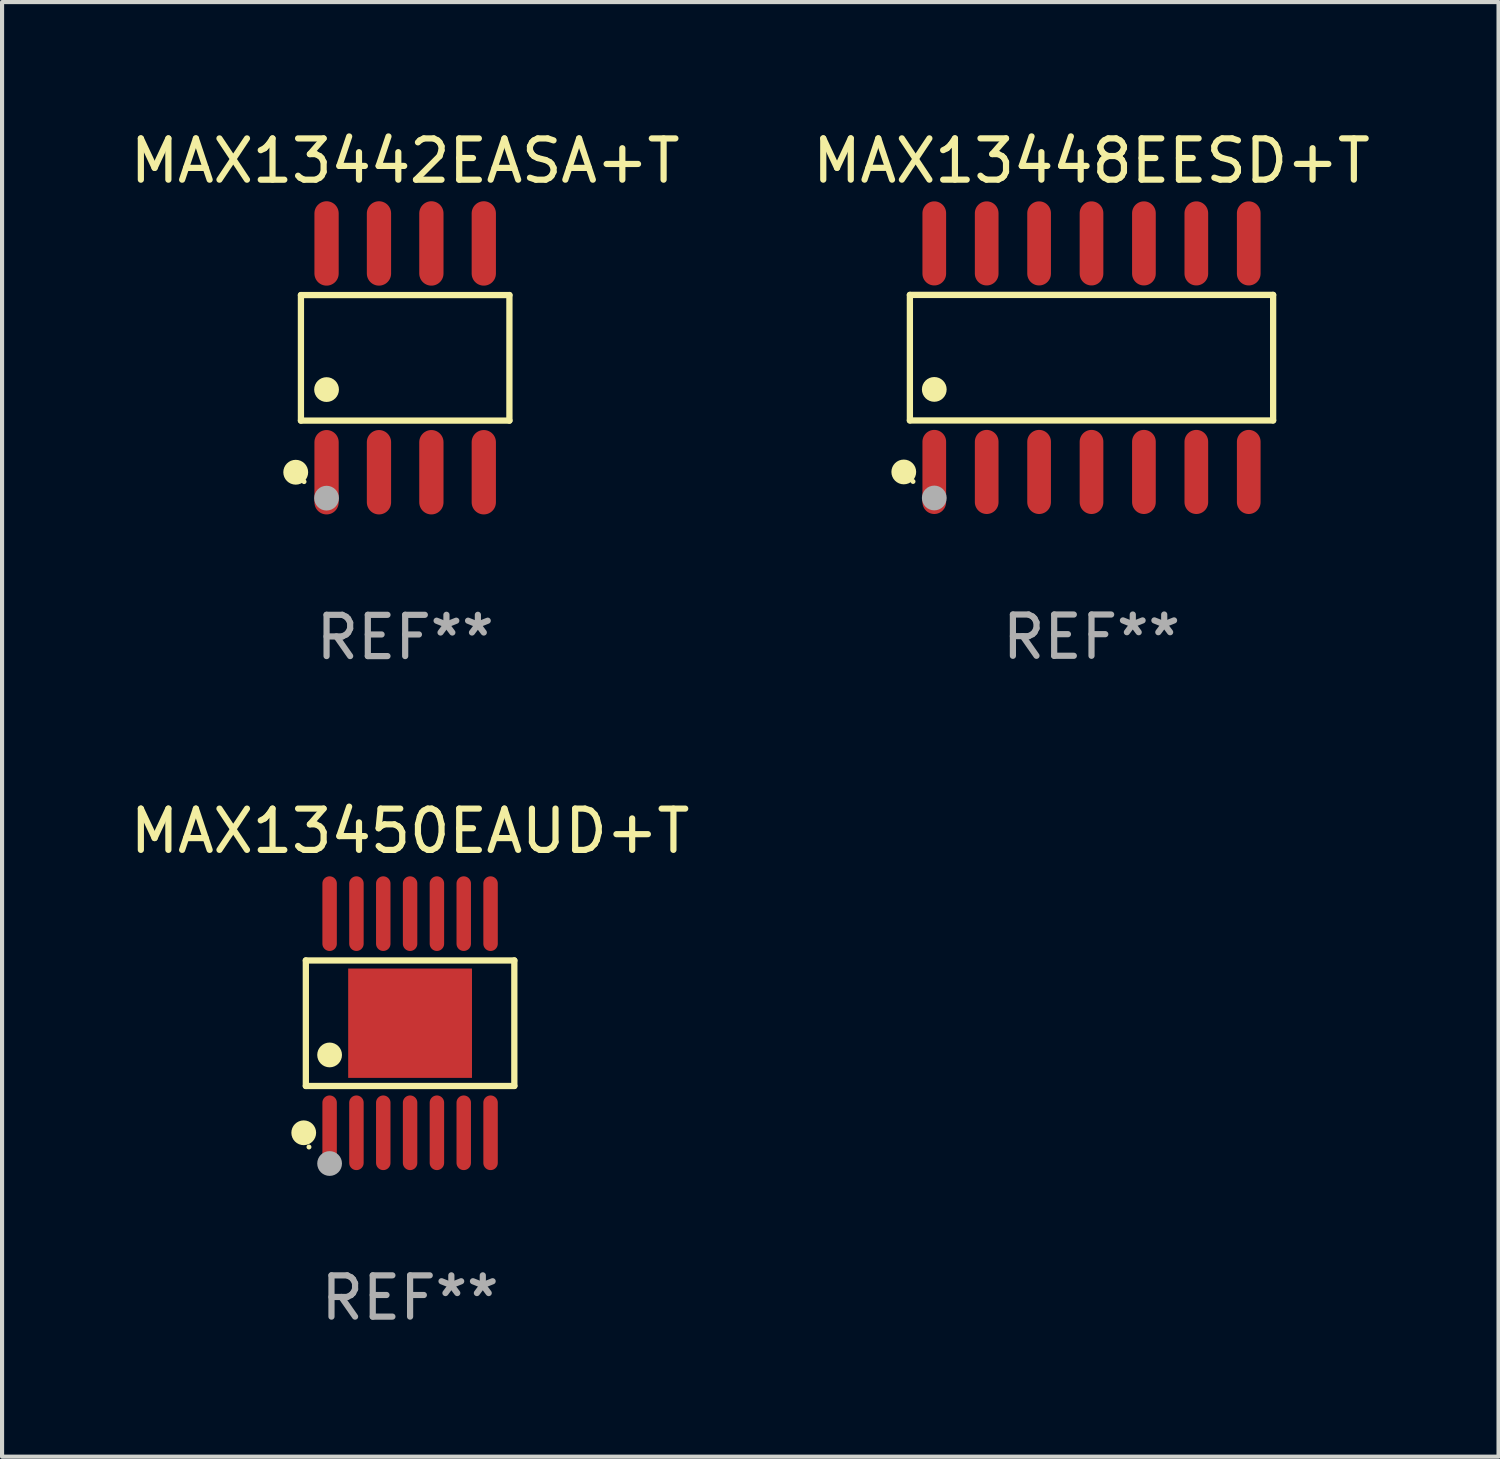
<source format=kicad_pcb>
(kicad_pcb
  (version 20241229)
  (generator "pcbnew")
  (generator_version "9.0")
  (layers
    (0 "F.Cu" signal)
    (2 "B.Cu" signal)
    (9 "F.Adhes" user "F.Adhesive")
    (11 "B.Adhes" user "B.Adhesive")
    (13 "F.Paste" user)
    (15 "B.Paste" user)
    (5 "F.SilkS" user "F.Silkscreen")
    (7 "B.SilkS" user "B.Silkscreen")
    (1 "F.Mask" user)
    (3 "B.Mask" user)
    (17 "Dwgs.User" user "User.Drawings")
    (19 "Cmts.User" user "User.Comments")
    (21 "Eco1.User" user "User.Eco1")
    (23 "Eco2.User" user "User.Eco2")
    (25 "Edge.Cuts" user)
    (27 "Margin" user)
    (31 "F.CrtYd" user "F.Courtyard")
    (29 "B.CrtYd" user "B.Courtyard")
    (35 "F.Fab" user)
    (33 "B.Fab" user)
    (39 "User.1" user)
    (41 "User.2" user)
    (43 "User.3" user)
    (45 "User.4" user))
  (footprint "MAX13450EAUD+T"
    (layer "F.Cu")
    (at 6.887 21.744)
    (property "Reference" "MAX13450EAUD+T" (at 0 -4.655 0) (layer "F.SilkS") (effects (font (size 1 1) (thickness 0.15))))
    (attr through_hole)
    (fp_line (start -2.526 -1.521) (end 2.526 -1.521) (stroke (width 0.152) (type solid)) (layer "F.SilkS"))
    (fp_line (start -2.526 1.521) (end -2.526 -1.521) (stroke (width 0.152) (type solid)) (layer "F.SilkS"))
    (fp_line (start 2.526 -1.521) (end 2.526 1.521) (stroke (width 0.152) (type solid)) (layer "F.SilkS"))
    (fp_line (start 2.526 1.521) (end -2.526 1.521) (stroke (width 0.152) (type solid)) (layer "F.SilkS"))
    (fp_circle (center -2.577 2.655) (end -2.427 2.655) (stroke (width 0.3) (type solid)) (fill no) (layer "F.SilkS"))
    (fp_circle (center -2.45 3) (end -2.42 3) (stroke (width 0.06) (type solid)) (fill no) (layer "F.SilkS"))
    (fp_circle (center -1.95 0.769) (end -1.8 0.769) (stroke (width 0.3) (type solid)) (fill no) (layer "F.SilkS"))
    (fp_circle (center -1.95 3.4) (end -1.8 3.4) (stroke (width 0.3) (type solid)) (fill no) (layer "F.Fab"))
    (fp_text user "REF**" (at 0 6.655 0) (layer "F.Fab") (effects (font (size 1 1) (thickness 0.15))))
    (pad "1" smd oval (at -1.95 2.655) (size 0.35 1.809) (layers "F.Cu" "F.Mask" "F.Paste"))
    (pad "2" smd oval (at -1.3 2.655) (size 0.35 1.809) (layers "F.Cu" "F.Mask" "F.Paste"))
    (pad "3" smd oval (at -0.65 2.655) (size 0.35 1.809) (layers "F.Cu" "F.Mask" "F.Paste"))
    (pad "4" smd oval (at 0 2.655) (size 0.35 1.809) (layers "F.Cu" "F.Mask" "F.Paste"))
    (pad "5" smd oval (at 0.65 2.655) (size 0.35 1.809) (layers "F.Cu" "F.Mask" "F.Paste"))
    (pad "6" smd oval (at 1.3 2.655) (size 0.35 1.809) (layers "F.Cu" "F.Mask" "F.Paste"))
    (pad "7" smd oval (at 1.95 2.655) (size 0.35 1.809) (layers "F.Cu" "F.Mask" "F.Paste"))
    (pad "8" smd oval (at 1.95 -2.655) (size 0.35 1.809) (layers "F.Cu" "F.Mask" "F.Paste"))
    (pad "9" smd oval (at 1.3 -2.655) (size 0.35 1.809) (layers "F.Cu" "F.Mask" "F.Paste"))
    (pad "10" smd oval (at 0.65 -2.655) (size 0.35 1.809) (layers "F.Cu" "F.Mask" "F.Paste"))
    (pad "11" smd oval (at 0 -2.655) (size 0.35 1.809) (layers "F.Cu" "F.Mask" "F.Paste"))
    (pad "12" smd oval (at -0.65 -2.655) (size 0.35 1.809) (layers "F.Cu" "F.Mask" "F.Paste"))
    (pad "13" smd oval (at -1.3 -2.655) (size 0.35 1.809) (layers "F.Cu" "F.Mask" "F.Paste"))
    (pad "14" smd oval (at -1.95 -2.655) (size 0.35 1.809) (layers "F.Cu" "F.Mask" "F.Paste"))
    (pad "15" smd rect (at 0 0) (size 3 2.65) (layers "F.Cu" "F.Mask" "F.Paste")))
  (footprint "MAX13448EESD+T"
    (layer "F.Cu")
    (at 23.399 5.617)
    (property "Reference" "MAX13448EESD+T" (at 0 -4.769 0) (layer "F.SilkS") (effects (font (size 1 1) (thickness 0.15))))
    (attr through_hole)
    (fp_line (start -4.401 -1.521) (end 4.401 -1.521) (stroke (width 0.152) (type solid)) (layer "F.SilkS"))
    (fp_line (start -4.401 1.521) (end -4.401 -1.521) (stroke (width 0.152) (type solid)) (layer "F.SilkS"))
    (fp_line (start 4.401 -1.521) (end 4.401 1.521) (stroke (width 0.152) (type solid)) (layer "F.SilkS"))
    (fp_line (start 4.401 1.521) (end -4.401 1.521) (stroke (width 0.152) (type solid)) (layer "F.SilkS"))
    (fp_circle (center -4.549 2.769) (end -4.399 2.769) (stroke (width 0.3) (type solid)) (fill no) (layer "F.SilkS"))
    (fp_circle (center -4.325 3) (end -4.295 3) (stroke (width 0.06) (type solid)) (fill no) (layer "F.SilkS"))
    (fp_circle (center -3.81 0.769) (end -3.66 0.769) (stroke (width 0.3) (type solid)) (fill no) (layer "F.SilkS"))
    (fp_circle (center -3.81 3.4) (end -3.66 3.4) (stroke (width 0.3) (type solid)) (fill no) (layer "F.Fab"))
    (fp_text user "REF**" (at 0 6.769 0) (layer "F.Fab") (effects (font (size 1 1) (thickness 0.15))))
    (pad "1" smd oval (at -3.81 2.769) (size 0.574 2.038) (layers "F.Cu" "F.Mask" "F.Paste"))
    (pad "2" smd oval (at -2.54 2.769) (size 0.574 2.038) (layers "F.Cu" "F.Mask" "F.Paste"))
    (pad "3" smd oval (at -1.27 2.769) (size 0.574 2.038) (layers "F.Cu" "F.Mask" "F.Paste"))
    (pad "4" smd oval (at 0 2.769) (size 0.574 2.038) (layers "F.Cu" "F.Mask" "F.Paste"))
    (pad "5" smd oval (at 1.27 2.769) (size 0.574 2.038) (layers "F.Cu" "F.Mask" "F.Paste"))
    (pad "6" smd oval (at 2.54 2.769) (size 0.574 2.038) (layers "F.Cu" "F.Mask" "F.Paste"))
    (pad "7" smd oval (at 3.81 2.769) (size 0.574 2.038) (layers "F.Cu" "F.Mask" "F.Paste"))
    (pad "8" smd oval (at 3.81 -2.769) (size 0.574 2.038) (layers "F.Cu" "F.Mask" "F.Paste"))
    (pad "9" smd oval (at 2.54 -2.769) (size 0.574 2.038) (layers "F.Cu" "F.Mask" "F.Paste"))
    (pad "10" smd oval (at 1.27 -2.769) (size 0.574 2.038) (layers "F.Cu" "F.Mask" "F.Paste"))
    (pad "11" smd oval (at 0 -2.769) (size 0.574 2.038) (layers "F.Cu" "F.Mask" "F.Paste"))
    (pad "12" smd oval (at -1.27 -2.769) (size 0.574 2.038) (layers "F.Cu" "F.Mask" "F.Paste"))
    (pad "13" smd oval (at -2.54 -2.769) (size 0.574 2.038) (layers "F.Cu" "F.Mask" "F.Paste"))
    (pad "14" smd oval (at -3.81 -2.769) (size 0.574 2.038) (layers "F.Cu" "F.Mask" "F.Paste")))
  (footprint "MAX13442EASA+T"
    (layer "F.Cu")
    (at 6.768 5.621)
    (property "Reference" "MAX13442EASA+T" (at 0 -4.772 0) (layer "F.SilkS") (effects (font (size 1 1) (thickness 0.15))))
    (attr through_hole)
    (fp_line (start -2.526 -1.521) (end 2.526 -1.521) (stroke (width 0.152) (type solid)) (layer "F.SilkS"))
    (fp_line (start -2.526 1.521) (end -2.526 -1.521) (stroke (width 0.152) (type solid)) (layer "F.SilkS"))
    (fp_line (start 2.526 -1.521) (end 2.526 1.521) (stroke (width 0.152) (type solid)) (layer "F.SilkS"))
    (fp_line (start 2.526 1.521) (end -2.526 1.521) (stroke (width 0.152) (type solid)) (layer "F.SilkS"))
    (fp_circle (center -2.652 2.772) (end -2.501 2.772) (stroke (width 0.3) (type solid)) (fill no) (layer "F.SilkS"))
    (fp_circle (center -2.45 3) (end -2.42 3) (stroke (width 0.06) (type solid)) (fill no) (layer "F.SilkS"))
    (fp_circle (center -1.905 0.769) (end -1.755 0.769) (stroke (width 0.3) (type solid)) (fill no) (layer "F.SilkS"))
    (fp_circle (center -1.905 3.4) (end -1.755 3.4) (stroke (width 0.3) (type solid)) (fill no) (layer "F.Fab"))
    (fp_text user "REF**" (at 0 6.772 0) (layer "F.Fab") (effects (font (size 1 1) (thickness 0.15))))
    (pad "1" smd oval (at -1.905 2.772) (size 0.588 2.045) (layers "F.Cu" "F.Mask" "F.Paste"))
    (pad "2" smd oval (at -0.635 2.772) (size 0.588 2.045) (layers "F.Cu" "F.Mask" "F.Paste"))
    (pad "3" smd oval (at 0.635 2.772) (size 0.588 2.045) (layers "F.Cu" "F.Mask" "F.Paste"))
    (pad "4" smd oval (at 1.905 2.772) (size 0.588 2.045) (layers "F.Cu" "F.Mask" "F.Paste"))
    (pad "5" smd oval (at 1.905 -2.772) (size 0.588 2.045) (layers "F.Cu" "F.Mask" "F.Paste"))
    (pad "6" smd oval (at 0.635 -2.772) (size 0.588 2.045) (layers "F.Cu" "F.Mask" "F.Paste"))
    (pad "7" smd oval (at -0.635 -2.772) (size 0.588 2.045) (layers "F.Cu" "F.Mask" "F.Paste"))
    (pad "8" smd oval (at -1.905 -2.772) (size 0.588 2.045) (layers "F.Cu" "F.Mask" "F.Paste")))
  (gr_rect
    (start -3 -3)
    (end 33.262 32.247)
    (stroke (width 0.1) (type default))
    (fill no)
    (layer "Edge.Cuts")))
</source>
